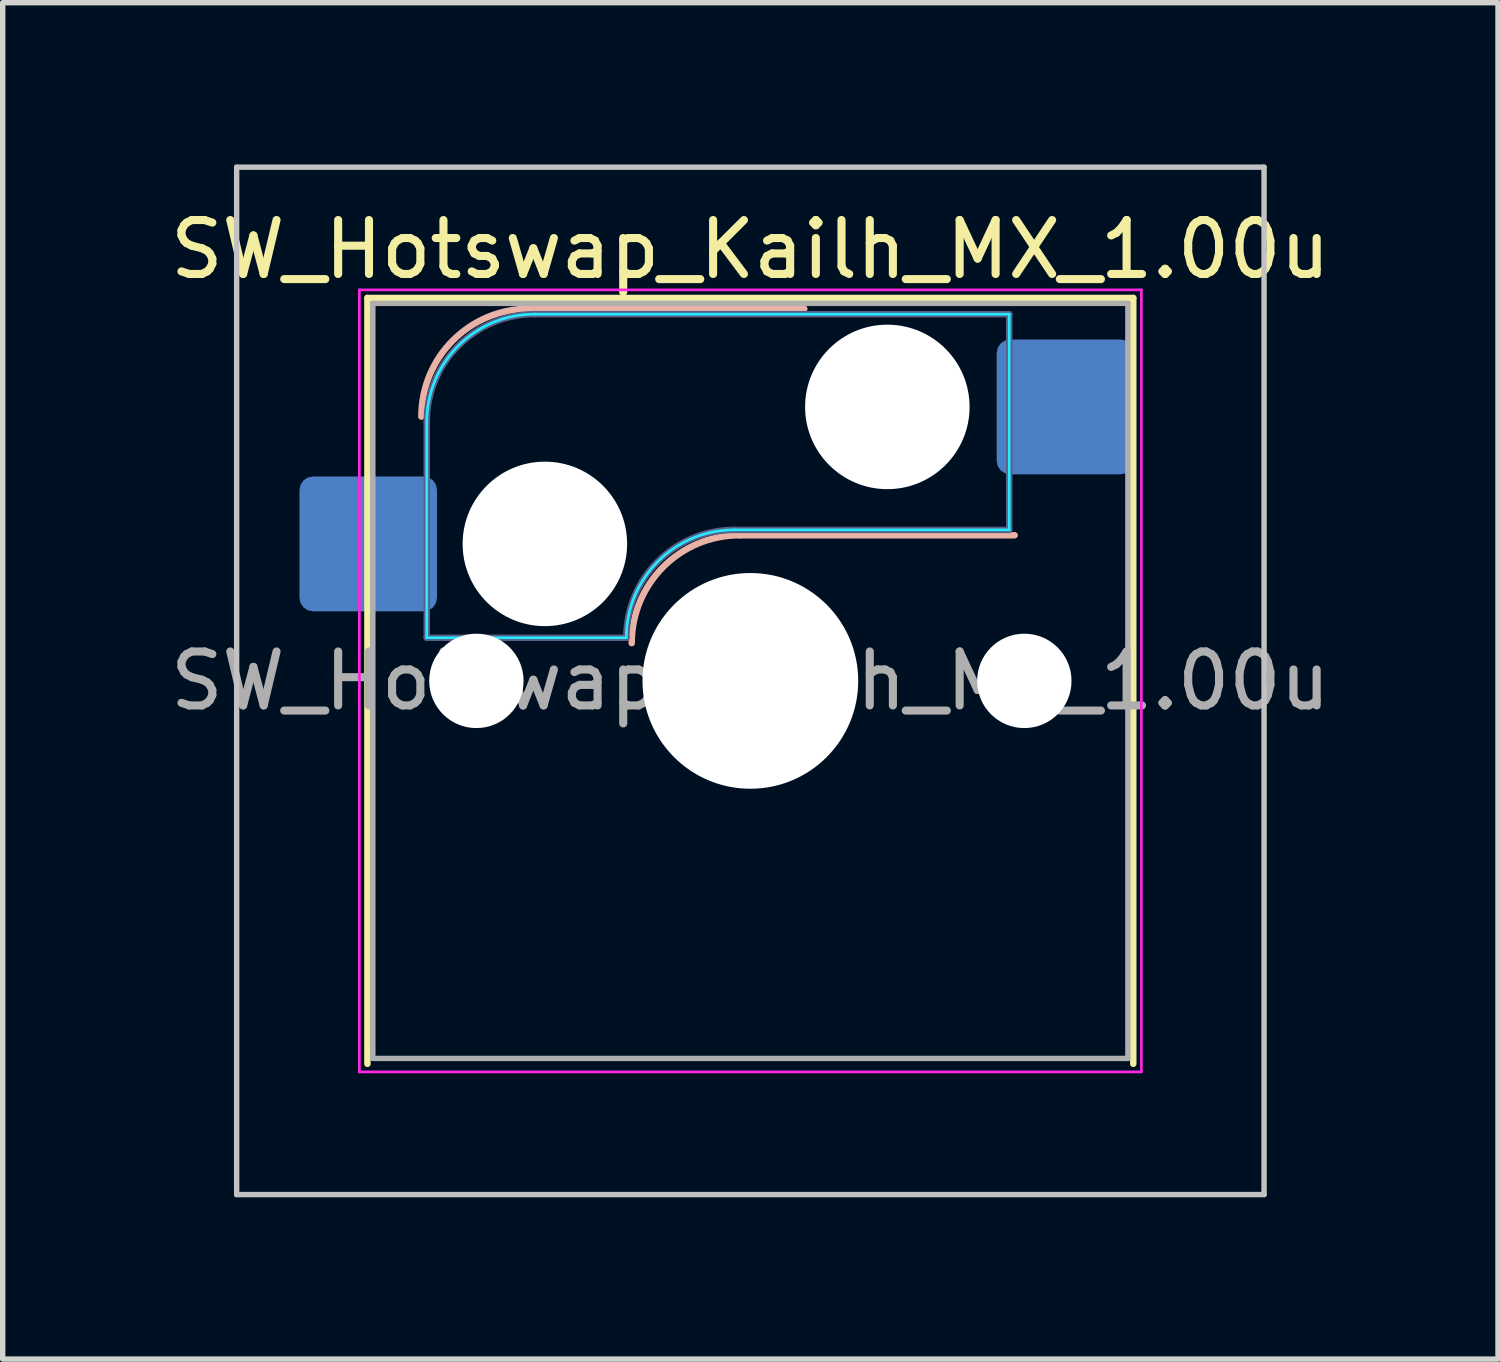
<source format=kicad_pcb>
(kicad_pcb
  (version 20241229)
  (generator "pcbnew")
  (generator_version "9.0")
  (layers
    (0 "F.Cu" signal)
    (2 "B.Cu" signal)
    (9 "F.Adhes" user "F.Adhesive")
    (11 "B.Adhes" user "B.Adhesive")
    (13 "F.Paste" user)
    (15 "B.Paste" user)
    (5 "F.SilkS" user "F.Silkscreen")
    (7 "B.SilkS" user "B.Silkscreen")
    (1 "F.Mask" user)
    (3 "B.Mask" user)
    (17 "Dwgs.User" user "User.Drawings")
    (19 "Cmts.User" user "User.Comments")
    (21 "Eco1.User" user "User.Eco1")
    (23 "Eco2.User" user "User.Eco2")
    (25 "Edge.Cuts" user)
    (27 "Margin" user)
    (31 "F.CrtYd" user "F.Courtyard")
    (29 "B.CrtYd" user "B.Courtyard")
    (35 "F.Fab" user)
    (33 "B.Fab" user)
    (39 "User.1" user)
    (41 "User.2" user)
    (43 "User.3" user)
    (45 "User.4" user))
  (footprint "SW_Hotswap_Kailh_MX_1.00u"
    (layer "F.Cu")
    (at 10.863 9.575)
    (property "Reference" "SW_Hotswap_Kailh_MX_1.00u" (at 0 -8 0) (layer "F.SilkS") (effects (font (size 1 1) (thickness 0.15))))
    (attr smd)
    (fp_line (start -7.1 -7.1) (end -7.1 7.1) (stroke (width 0.12) (type solid)) (layer "F.SilkS"))
    (fp_line (start 7.1 -7.1) (end -7.1 -7.1) (stroke (width 0.12) (type solid)) (layer "F.SilkS"))
    (fp_line (start 7.1 7.1) (end 7.1 -7.1) (stroke (width 0.12) (type solid)) (layer "F.SilkS"))
    (fp_line (start -4.1 -6.9) (end 1 -6.9) (stroke (width 0.12) (type solid)) (layer "B.SilkS"))
    (fp_line (start -0.2 -2.7) (end 4.9 -2.7) (stroke (width 0.12) (type solid)) (layer "B.SilkS"))
    (fp_arc (start -6.1 -4.9) (mid -5.514214 -6.314214) (end -4.1 -6.9) (stroke (width 0.12) (type solid)) (layer "B.SilkS"))
    (fp_arc (start -2.2 -0.7) (mid -1.614214 -2.114214) (end -0.2 -2.7) (stroke (width 0.12) (type solid)) (layer "B.SilkS"))
    (fp_line (start -9.525 -9.525) (end -9.525 9.525) (stroke (width 0.1) (type solid)) (layer "Dwgs.User"))
    (fp_line (start -9.525 9.525) (end 9.525 9.525) (stroke (width 0.1) (type solid)) (layer "Dwgs.User"))
    (fp_line (start 9.525 -9.525) (end -9.525 -9.525) (stroke (width 0.1) (type solid)) (layer "Dwgs.User"))
    (fp_line (start 9.525 9.525) (end 9.525 -9.525) (stroke (width 0.1) (type solid)) (layer "Dwgs.User"))
    (fp_line (start -7.8 -6) (end -7 -6) (stroke (width 0.1) (type solid)) (layer "Eco1.User"))
    (fp_line (start -7.8 -2.9) (end -7.8 -6) (stroke (width 0.1) (type solid)) (layer "Eco1.User"))
    (fp_line (start -7.8 2.9) (end -7 2.9) (stroke (width 0.1) (type solid)) (layer "Eco1.User"))
    (fp_line (start -7.8 6) (end -7.8 2.9) (stroke (width 0.1) (type solid)) (layer "Eco1.User"))
    (fp_line (start -7 -7) (end 7 -7) (stroke (width 0.1) (type solid)) (layer "Eco1.User"))
    (fp_line (start -7 -6) (end -7 -7) (stroke (width 0.1) (type solid)) (layer "Eco1.User"))
    (fp_line (start -7 -2.9) (end -7.8 -2.9) (stroke (width 0.1) (type solid)) (layer "Eco1.User"))
    (fp_line (start -7 2.9) (end -7 -2.9) (stroke (width 0.1) (type solid)) (layer "Eco1.User"))
    (fp_line (start -7 6) (end -7.8 6) (stroke (width 0.1) (type solid)) (layer "Eco1.User"))
    (fp_line (start -7 7) (end -7 6) (stroke (width 0.1) (type solid)) (layer "Eco1.User"))
    (fp_line (start 7 -7) (end 7 -6) (stroke (width 0.1) (type solid)) (layer "Eco1.User"))
    (fp_line (start 7 -6) (end 7.8 -6) (stroke (width 0.1) (type solid)) (layer "Eco1.User"))
    (fp_line (start 7 -2.9) (end 7 2.9) (stroke (width 0.1) (type solid)) (layer "Eco1.User"))
    (fp_line (start 7 2.9) (end 7.8 2.9) (stroke (width 0.1) (type solid)) (layer "Eco1.User"))
    (fp_line (start 7 6) (end 7 7) (stroke (width 0.1) (type solid)) (layer "Eco1.User"))
    (fp_line (start 7 7) (end -7 7) (stroke (width 0.1) (type solid)) (layer "Eco1.User"))
    (fp_line (start 7.8 -6) (end 7.8 -2.9) (stroke (width 0.1) (type solid)) (layer "Eco1.User"))
    (fp_line (start 7.8 -2.9) (end 7 -2.9) (stroke (width 0.1) (type solid)) (layer "Eco1.User"))
    (fp_line (start 7.8 2.9) (end 7.8 6) (stroke (width 0.1) (type solid)) (layer "Eco1.User"))
    (fp_line (start 7.8 6) (end 7 6) (stroke (width 0.1) (type solid)) (layer "Eco1.User"))
    (fp_line (start -6 -0.8) (end -6 -4.8) (stroke (width 0.05) (type solid)) (layer "B.CrtYd"))
    (fp_line (start -6 -0.8) (end -2.3 -0.8) (stroke (width 0.05) (type solid)) (layer "B.CrtYd"))
    (fp_line (start -4 -6.8) (end 4.8 -6.8) (stroke (width 0.05) (type solid)) (layer "B.CrtYd"))
    (fp_line (start -0.3 -2.8) (end 4.8 -2.8) (stroke (width 0.05) (type solid)) (layer "B.CrtYd"))
    (fp_line (start 4.8 -6.8) (end 4.8 -2.8) (stroke (width 0.05) (type solid)) (layer "B.CrtYd"))
    (fp_arc (start -6 -4.8) (mid -5.414214 -6.214214) (end -4 -6.8) (stroke (width 0.05) (type solid)) (layer "B.CrtYd"))
    (fp_arc (start -2.3 -0.8) (mid -1.714214 -2.214214) (end -0.3 -2.8) (stroke (width 0.05) (type solid)) (layer "B.CrtYd"))
    (fp_line (start -7.25 -7.25) (end -7.25 7.25) (stroke (width 0.05) (type solid)) (layer "F.CrtYd"))
    (fp_line (start -7.25 7.25) (end 7.25 7.25) (stroke (width 0.05) (type solid)) (layer "F.CrtYd"))
    (fp_line (start 7.25 -7.25) (end -7.25 -7.25) (stroke (width 0.05) (type solid)) (layer "F.CrtYd"))
    (fp_line (start 7.25 7.25) (end 7.25 -7.25) (stroke (width 0.05) (type solid)) (layer "F.CrtYd"))
    (fp_line (start -6 -0.8) (end -6 -4.8) (stroke (width 0.12) (type solid)) (layer "B.Fab"))
    (fp_line (start -6 -0.8) (end -2.3 -0.8) (stroke (width 0.12) (type solid)) (layer "B.Fab"))
    (fp_line (start -4 -6.8) (end 4.8 -6.8) (stroke (width 0.12) (type solid)) (layer "B.Fab"))
    (fp_line (start -0.3 -2.8) (end 4.8 -2.8) (stroke (width 0.12) (type solid)) (layer "B.Fab"))
    (fp_line (start 4.8 -6.8) (end 4.8 -2.8) (stroke (width 0.12) (type solid)) (layer "B.Fab"))
    (fp_arc (start -6 -4.8) (mid -5.414214 -6.214214) (end -4 -6.8) (stroke (width 0.12) (type solid)) (layer "B.Fab"))
    (fp_arc (start -2.3 -0.8) (mid -1.714214 -2.214214) (end -0.3 -2.8) (stroke (width 0.12) (type solid)) (layer "B.Fab"))
    (fp_line (start -7 -7) (end -7 7) (stroke (width 0.1) (type solid)) (layer "F.Fab"))
    (fp_line (start -7 7) (end 7 7) (stroke (width 0.1) (type solid)) (layer "F.Fab"))
    (fp_line (start 7 -7) (end -7 -7) (stroke (width 0.1) (type solid)) (layer "F.Fab"))
    (fp_line (start 7 7) (end 7 -7) (stroke (width 0.1) (type solid)) (layer "F.Fab"))
    (fp_text user "${REFERENCE}" (at 0 0 0) (layer "F.Fab") (effects (font (size 1 1) (thickness 0.15))))
    (pad "" np_thru_hole circle (at -5.08 0) (size 1.75 1.75) (drill 1.75) (layers "*.Cu" "*.Mask"))
    (pad "" np_thru_hole circle (at -3.81 -2.54) (size 3.05 3.05) (drill 3.05) (layers "*.Cu" "*.Mask"))
    (pad "" np_thru_hole circle (at 0 0) (size 4 4) (drill 4) (layers "*.Cu" "*.Mask"))
    (pad "" np_thru_hole circle (at 2.54 -5.08) (size 3.05 3.05) (drill 3.05) (layers "*.Cu" "*.Mask"))
    (pad "" np_thru_hole circle (at 5.08 0) (size 1.75 1.75) (drill 1.75) (layers "*.Cu" "*.Mask"))
    (pad "1" smd roundrect (at -7.085 -2.54) (size 2.55 2.5) (layers "B.Cu" "B.Mask" "B.Paste") (roundrect_rratio 0.1))
    (pad "2" smd roundrect (at 5.842 -5.08) (size 2.55 2.5) (layers "B.Cu" "B.Mask" "B.Paste") (roundrect_rratio 0.1)))
  (gr_rect
    (start -3 -3)
    (end 24.726 22.15)
    (stroke (width 0.1) (type default))
    (fill no)
    (layer "Edge.Cuts")))
</source>
